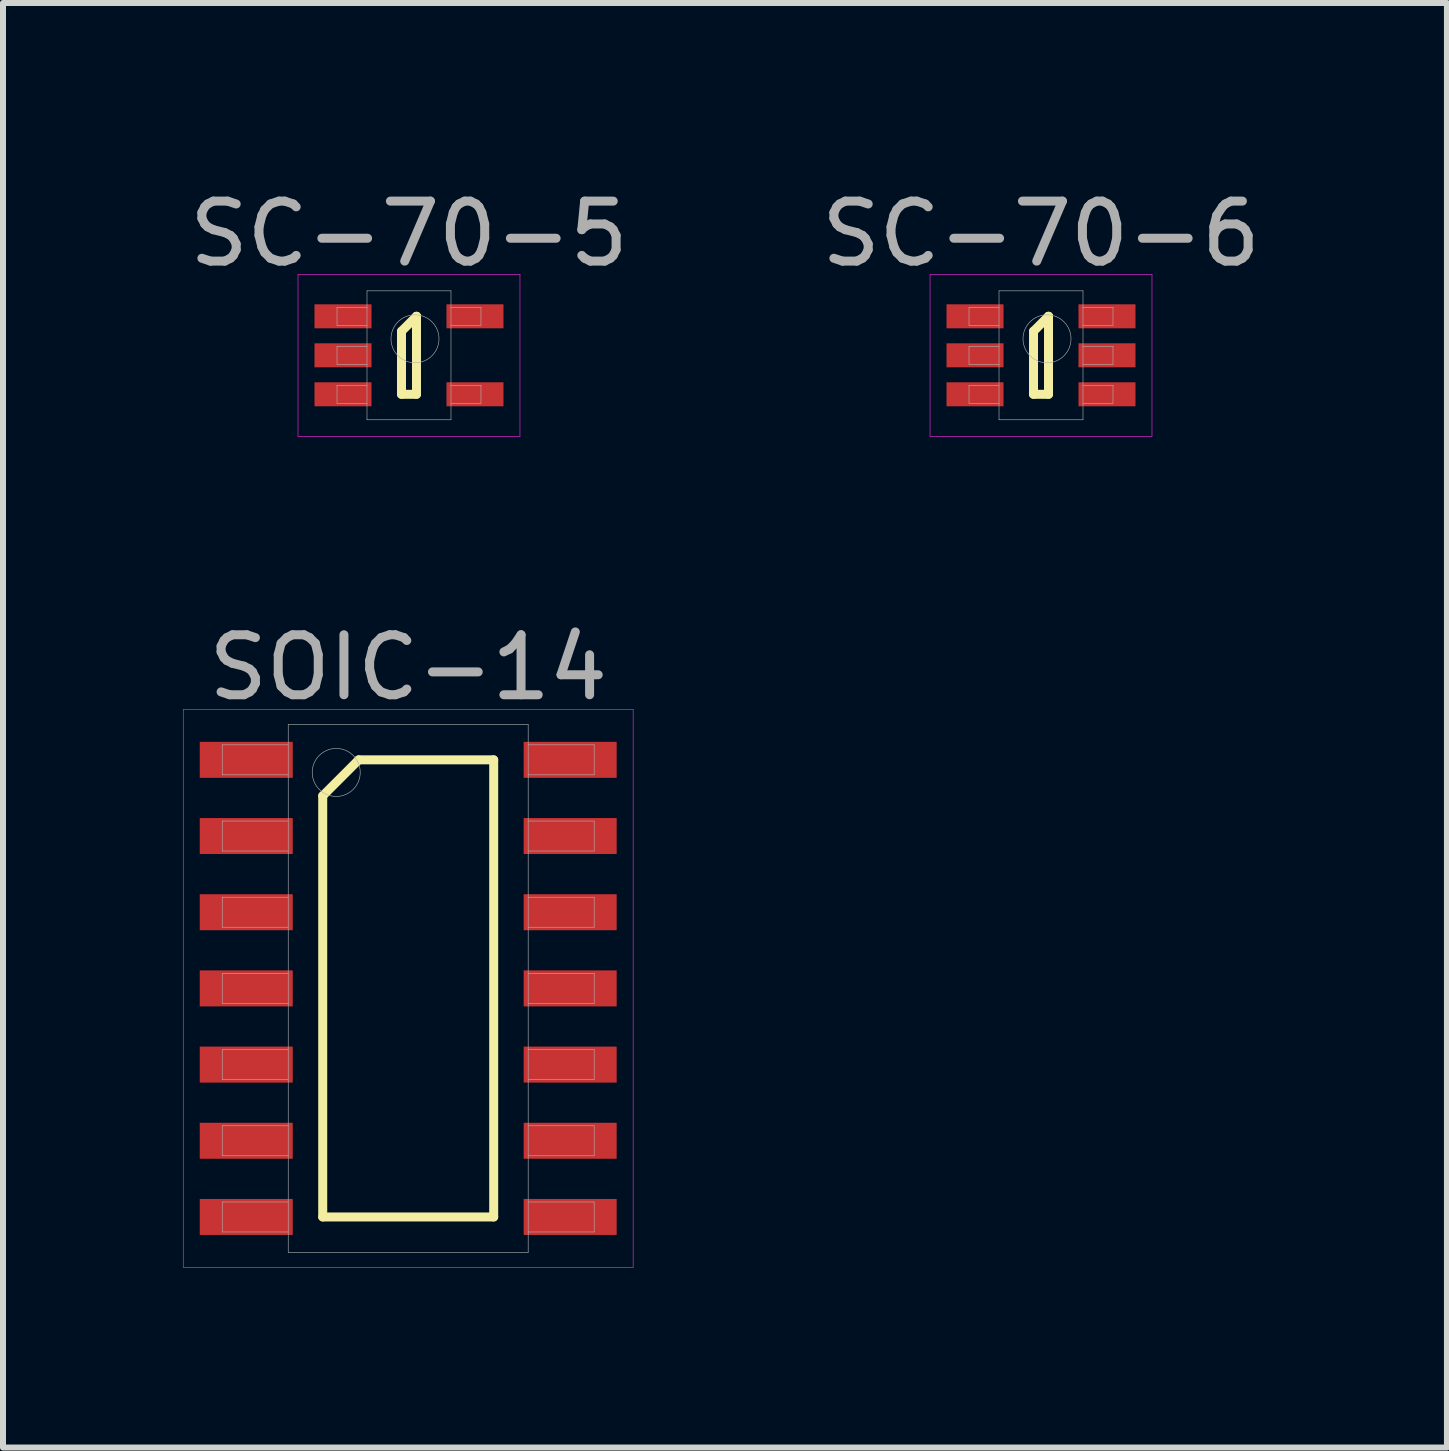
<source format=kicad_pcb>
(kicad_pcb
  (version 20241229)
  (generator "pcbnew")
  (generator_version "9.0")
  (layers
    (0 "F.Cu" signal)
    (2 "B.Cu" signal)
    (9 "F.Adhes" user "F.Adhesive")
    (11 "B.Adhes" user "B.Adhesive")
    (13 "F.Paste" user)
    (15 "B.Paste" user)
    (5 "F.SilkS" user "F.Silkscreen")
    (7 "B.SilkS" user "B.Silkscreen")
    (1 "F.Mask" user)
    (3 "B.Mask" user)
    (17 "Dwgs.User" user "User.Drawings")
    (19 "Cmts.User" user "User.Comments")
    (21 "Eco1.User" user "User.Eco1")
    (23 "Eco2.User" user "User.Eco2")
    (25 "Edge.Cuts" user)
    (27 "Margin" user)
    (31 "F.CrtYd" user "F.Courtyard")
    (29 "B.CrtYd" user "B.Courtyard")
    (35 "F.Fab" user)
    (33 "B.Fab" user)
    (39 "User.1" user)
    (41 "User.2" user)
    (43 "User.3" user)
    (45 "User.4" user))
  (footprint "SC-70-6"
    (layer "F.Cu")
    (at 14.304 2.873)
    (property "Reference" "SC-70-6" (at 0 -2.025 0) (layer "F.Fab") (effects (font (size 1 1) (thickness 0.15))))
    (attr through_hole)
    (fp_line (start -0.125 -0.4) (end 0.125 -0.65) (stroke (width 0.15) (type solid)) (layer "F.SilkS"))
    (fp_line (start -0.125 0.65) (end -0.125 -0.4) (stroke (width 0.15) (type solid)) (layer "F.SilkS"))
    (fp_line (start 0.125 -0.65) (end 0.125 -0.65) (stroke (width 0.15) (type solid)) (layer "F.SilkS"))
    (fp_line (start 0.125 -0.65) (end 0.125 0.65) (stroke (width 0.15) (type solid)) (layer "F.SilkS"))
    (fp_line (start 0.125 0.65) (end -0.125 0.65) (stroke (width 0.15) (type solid)) (layer "F.SilkS"))
    (fp_line (start -1.85 -1.35) (end 1.85 -1.35) (stroke (width 0.01) (type solid)) (layer "F.CrtYd"))
    (fp_line (start -1.85 1.35) (end -1.85 -1.35) (stroke (width 0.01) (type solid)) (layer "F.CrtYd"))
    (fp_line (start 1.85 -1.35) (end 1.85 1.35) (stroke (width 0.01) (type solid)) (layer "F.CrtYd"))
    (fp_line (start 1.85 1.35) (end -1.85 1.35) (stroke (width 0.01) (type solid)) (layer "F.CrtYd"))
    (fp_line (start -1.2 -0.8) (end -0.7 -0.8) (stroke (width 0.01) (type solid)) (layer "F.Fab"))
    (fp_line (start -1.2 -0.5) (end -1.2 -0.8) (stroke (width 0.01) (type solid)) (layer "F.Fab"))
    (fp_line (start -1.2 -0.15) (end -0.7 -0.15) (stroke (width 0.01) (type solid)) (layer "F.Fab"))
    (fp_line (start -1.2 0.15) (end -1.2 -0.15) (stroke (width 0.01) (type solid)) (layer "F.Fab"))
    (fp_line (start -1.2 0.5) (end -0.7 0.5) (stroke (width 0.01) (type solid)) (layer "F.Fab"))
    (fp_line (start -1.2 0.8) (end -1.2 0.5) (stroke (width 0.01) (type solid)) (layer "F.Fab"))
    (fp_line (start -0.7 -1.075) (end 0.7 -1.075) (stroke (width 0.01) (type solid)) (layer "F.Fab"))
    (fp_line (start -0.7 -0.5) (end -1.2 -0.5) (stroke (width 0.01) (type solid)) (layer "F.Fab"))
    (fp_line (start -0.7 0.15) (end -1.2 0.15) (stroke (width 0.01) (type solid)) (layer "F.Fab"))
    (fp_line (start -0.7 0.8) (end -1.2 0.8) (stroke (width 0.01) (type solid)) (layer "F.Fab"))
    (fp_line (start -0.7 1.075) (end -0.7 -1.075) (stroke (width 0.01) (type solid)) (layer "F.Fab"))
    (fp_line (start 0.7 -1.075) (end 0.7 1.075) (stroke (width 0.01) (type solid)) (layer "F.Fab"))
    (fp_line (start 0.7 -0.8) (end 1.2 -0.8) (stroke (width 0.01) (type solid)) (layer "F.Fab"))
    (fp_line (start 0.7 -0.15) (end 1.2 -0.15) (stroke (width 0.01) (type solid)) (layer "F.Fab"))
    (fp_line (start 0.7 0.5) (end 1.2 0.5) (stroke (width 0.01) (type solid)) (layer "F.Fab"))
    (fp_line (start 0.7 1.075) (end -0.7 1.075) (stroke (width 0.01) (type solid)) (layer "F.Fab"))
    (fp_line (start 1.2 -0.8) (end 1.2 -0.5) (stroke (width 0.01) (type solid)) (layer "F.Fab"))
    (fp_line (start 1.2 -0.5) (end 0.7 -0.5) (stroke (width 0.01) (type solid)) (layer "F.Fab"))
    (fp_line (start 1.2 -0.15) (end 1.2 0.15) (stroke (width 0.01) (type solid)) (layer "F.Fab"))
    (fp_line (start 1.2 0.15) (end 0.7 0.15) (stroke (width 0.01) (type solid)) (layer "F.Fab"))
    (fp_line (start 1.2 0.5) (end 1.2 0.8) (stroke (width 0.01) (type solid)) (layer "F.Fab"))
    (fp_line (start 1.2 0.8) (end 0.7 0.8) (stroke (width 0.01) (type solid)) (layer "F.Fab"))
    (fp_circle (center 0.1 -0.275) (end 0.1 0.125) (stroke (width 0.01) (type solid)) (fill no) (layer "F.Fab"))
    (pad "1" smd rect (at -1.1 -0.65) (size 0.95 0.4) (layers "F.Cu" "F.Mask" "F.Paste"))
    (pad "2" smd rect (at -1.1 0) (size 0.95 0.4) (layers "F.Cu" "F.Mask" "F.Paste"))
    (pad "3" smd rect (at -1.1 0.65) (size 0.95 0.4) (layers "F.Cu" "F.Mask" "F.Paste"))
    (pad "4" smd rect (at 1.1 0.65) (size 0.95 0.4) (layers "F.Cu" "F.Mask" "F.Paste"))
    (pad "5" smd rect (at 1.1 0) (size 0.95 0.4) (layers "F.Cu" "F.Mask" "F.Paste"))
    (pad "6" smd rect (at 1.1 -0.65) (size 0.95 0.4) (layers "F.Cu" "F.Mask" "F.Paste")))
  (footprint "SOIC-14"
    (layer "F.Cu")
    (at 3.755 13.427)
    (property "Reference" "SOIC-14" (at 0 -5.35 0) (layer "F.Fab") (effects (font (size 1 1) (thickness 0.15))))
    (attr through_hole)
    (fp_line (start -1.425 -3.21) (end -0.825 -3.81) (stroke (width 0.15) (type solid)) (layer "F.SilkS"))
    (fp_line (start -1.425 3.81) (end -1.425 -3.21) (stroke (width 0.15) (type solid)) (layer "F.SilkS"))
    (fp_line (start -0.825 -3.81) (end 1.425 -3.81) (stroke (width 0.15) (type solid)) (layer "F.SilkS"))
    (fp_line (start 1.425 -3.81) (end 1.425 3.81) (stroke (width 0.15) (type solid)) (layer "F.SilkS"))
    (fp_line (start 1.425 3.81) (end -1.425 3.81) (stroke (width 0.15) (type solid)) (layer "F.SilkS"))
    (fp_line (start -3.75 -4.65) (end 3.75 -4.65) (stroke (width 0.01) (type solid)) (layer "F.CrtYd"))
    (fp_line (start -3.75 4.65) (end -3.75 -4.65) (stroke (width 0.01) (type solid)) (layer "F.CrtYd"))
    (fp_line (start 3.75 -4.65) (end 3.75 4.65) (stroke (width 0.01) (type solid)) (layer "F.CrtYd"))
    (fp_line (start 3.75 4.65) (end -3.75 4.65) (stroke (width 0.01) (type solid)) (layer "F.CrtYd"))
    (fp_line (start -3.1 -4.06) (end -2 -4.06) (stroke (width 0.01) (type solid)) (layer "F.Fab"))
    (fp_line (start -3.1 -3.56) (end -3.1 -4.06) (stroke (width 0.01) (type solid)) (layer "F.Fab"))
    (fp_line (start -3.1 -2.79) (end -2 -2.79) (stroke (width 0.01) (type solid)) (layer "F.Fab"))
    (fp_line (start -3.1 -2.29) (end -3.1 -2.79) (stroke (width 0.01) (type solid)) (layer "F.Fab"))
    (fp_line (start -3.1 -1.52) (end -2 -1.52) (stroke (width 0.01) (type solid)) (layer "F.Fab"))
    (fp_line (start -3.1 -1.02) (end -3.1 -1.52) (stroke (width 0.01) (type solid)) (layer "F.Fab"))
    (fp_line (start -3.1 -0.25) (end -2 -0.25) (stroke (width 0.01) (type solid)) (layer "F.Fab"))
    (fp_line (start -3.1 0.25) (end -3.1 -0.25) (stroke (width 0.01) (type solid)) (layer "F.Fab"))
    (fp_line (start -3.1 1.02) (end -2 1.02) (stroke (width 0.01) (type solid)) (layer "F.Fab"))
    (fp_line (start -3.1 1.52) (end -3.1 1.02) (stroke (width 0.01) (type solid)) (layer "F.Fab"))
    (fp_line (start -3.1 2.29) (end -2 2.29) (stroke (width 0.01) (type solid)) (layer "F.Fab"))
    (fp_line (start -3.1 2.79) (end -3.1 2.29) (stroke (width 0.01) (type solid)) (layer "F.Fab"))
    (fp_line (start -3.1 3.56) (end -2 3.56) (stroke (width 0.01) (type solid)) (layer "F.Fab"))
    (fp_line (start -3.1 4.06) (end -3.1 3.56) (stroke (width 0.01) (type solid)) (layer "F.Fab"))
    (fp_line (start -2 -4.4) (end 2 -4.4) (stroke (width 0.01) (type solid)) (layer "F.Fab"))
    (fp_line (start -2 -3.56) (end -3.1 -3.56) (stroke (width 0.01) (type solid)) (layer "F.Fab"))
    (fp_line (start -2 -2.29) (end -3.1 -2.29) (stroke (width 0.01) (type solid)) (layer "F.Fab"))
    (fp_line (start -2 -1.02) (end -3.1 -1.02) (stroke (width 0.01) (type solid)) (layer "F.Fab"))
    (fp_line (start -2 0.25) (end -3.1 0.25) (stroke (width 0.01) (type solid)) (layer "F.Fab"))
    (fp_line (start -2 1.52) (end -3.1 1.52) (stroke (width 0.01) (type solid)) (layer "F.Fab"))
    (fp_line (start -2 2.79) (end -3.1 2.79) (stroke (width 0.01) (type solid)) (layer "F.Fab"))
    (fp_line (start -2 4.06) (end -3.1 4.06) (stroke (width 0.01) (type solid)) (layer "F.Fab"))
    (fp_line (start -2 4.4) (end -2 -4.4) (stroke (width 0.01) (type solid)) (layer "F.Fab"))
    (fp_line (start 2 -4.4) (end 2 4.4) (stroke (width 0.01) (type solid)) (layer "F.Fab"))
    (fp_line (start 2 -4.06) (end 3.1 -4.06) (stroke (width 0.01) (type solid)) (layer "F.Fab"))
    (fp_line (start 2 -2.79) (end 3.1 -2.79) (stroke (width 0.01) (type solid)) (layer "F.Fab"))
    (fp_line (start 2 -1.52) (end 3.1 -1.52) (stroke (width 0.01) (type solid)) (layer "F.Fab"))
    (fp_line (start 2 -0.25) (end 3.1 -0.25) (stroke (width 0.01) (type solid)) (layer "F.Fab"))
    (fp_line (start 2 1.02) (end 3.1 1.02) (stroke (width 0.01) (type solid)) (layer "F.Fab"))
    (fp_line (start 2 2.29) (end 3.1 2.29) (stroke (width 0.01) (type solid)) (layer "F.Fab"))
    (fp_line (start 2 3.56) (end 3.1 3.56) (stroke (width 0.01) (type solid)) (layer "F.Fab"))
    (fp_line (start 2 4.4) (end -2 4.4) (stroke (width 0.01) (type solid)) (layer "F.Fab"))
    (fp_line (start 3.1 -4.06) (end 3.1 -3.56) (stroke (width 0.01) (type solid)) (layer "F.Fab"))
    (fp_line (start 3.1 -3.56) (end 2 -3.56) (stroke (width 0.01) (type solid)) (layer "F.Fab"))
    (fp_line (start 3.1 -2.79) (end 3.1 -2.29) (stroke (width 0.01) (type solid)) (layer "F.Fab"))
    (fp_line (start 3.1 -2.29) (end 2 -2.29) (stroke (width 0.01) (type solid)) (layer "F.Fab"))
    (fp_line (start 3.1 -1.52) (end 3.1 -1.02) (stroke (width 0.01) (type solid)) (layer "F.Fab"))
    (fp_line (start 3.1 -1.02) (end 2 -1.02) (stroke (width 0.01) (type solid)) (layer "F.Fab"))
    (fp_line (start 3.1 -0.25) (end 3.1 0.25) (stroke (width 0.01) (type solid)) (layer "F.Fab"))
    (fp_line (start 3.1 0.25) (end 2 0.25) (stroke (width 0.01) (type solid)) (layer "F.Fab"))
    (fp_line (start 3.1 1.02) (end 3.1 1.52) (stroke (width 0.01) (type solid)) (layer "F.Fab"))
    (fp_line (start 3.1 1.52) (end 2 1.52) (stroke (width 0.01) (type solid)) (layer "F.Fab"))
    (fp_line (start 3.1 2.29) (end 3.1 2.79) (stroke (width 0.01) (type solid)) (layer "F.Fab"))
    (fp_line (start 3.1 2.79) (end 2 2.79) (stroke (width 0.01) (type solid)) (layer "F.Fab"))
    (fp_line (start 3.1 3.56) (end 3.1 4.06) (stroke (width 0.01) (type solid)) (layer "F.Fab"))
    (fp_line (start 3.1 4.06) (end 2 4.06) (stroke (width 0.01) (type solid)) (layer "F.Fab"))
    (fp_circle (center -1.2 -3.6) (end -1.2 -3.2) (stroke (width 0.01) (type solid)) (fill no) (layer "F.Fab"))
    (pad "1" smd rect (at -2.7 -3.81) (size 1.55 0.6) (layers "F.Cu" "F.Mask" "F.Paste"))
    (pad "2" smd rect (at -2.7 -2.54) (size 1.55 0.6) (layers "F.Cu" "F.Mask" "F.Paste"))
    (pad "3" smd rect (at -2.7 -1.27) (size 1.55 0.6) (layers "F.Cu" "F.Mask" "F.Paste"))
    (pad "4" smd rect (at -2.7 0) (size 1.55 0.6) (layers "F.Cu" "F.Mask" "F.Paste"))
    (pad "5" smd rect (at -2.7 1.27) (size 1.55 0.6) (layers "F.Cu" "F.Mask" "F.Paste"))
    (pad "6" smd rect (at -2.7 2.54) (size 1.55 0.6) (layers "F.Cu" "F.Mask" "F.Paste"))
    (pad "7" smd rect (at -2.7 3.81) (size 1.55 0.6) (layers "F.Cu" "F.Mask" "F.Paste"))
    (pad "8" smd rect (at 2.7 3.81) (size 1.55 0.6) (layers "F.Cu" "F.Mask" "F.Paste"))
    (pad "9" smd rect (at 2.7 2.54) (size 1.55 0.6) (layers "F.Cu" "F.Mask" "F.Paste"))
    (pad "10" smd rect (at 2.7 1.27) (size 1.55 0.6) (layers "F.Cu" "F.Mask" "F.Paste"))
    (pad "11" smd rect (at 2.7 0) (size 1.55 0.6) (layers "F.Cu" "F.Mask" "F.Paste"))
    (pad "12" smd rect (at 2.7 -1.27) (size 1.55 0.6) (layers "F.Cu" "F.Mask" "F.Paste"))
    (pad "13" smd rect (at 2.7 -2.54) (size 1.55 0.6) (layers "F.Cu" "F.Mask" "F.Paste"))
    (pad "14" smd rect (at 2.7 -3.81) (size 1.55 0.6) (layers "F.Cu" "F.Mask" "F.Paste")))
  (footprint "SC-70-5"
    (layer "F.Cu")
    (at 3.768 2.873)
    (property "Reference" "SC-70-5" (at 0 -2.025 0) (layer "F.Fab") (effects (font (size 1 1) (thickness 0.15))))
    (attr through_hole)
    (fp_line (start -0.125 -0.4) (end 0.125 -0.65) (stroke (width 0.15) (type solid)) (layer "F.SilkS"))
    (fp_line (start -0.125 0.65) (end -0.125 -0.4) (stroke (width 0.15) (type solid)) (layer "F.SilkS"))
    (fp_line (start 0.125 -0.65) (end 0.125 -0.65) (stroke (width 0.15) (type solid)) (layer "F.SilkS"))
    (fp_line (start 0.125 -0.65) (end 0.125 0.65) (stroke (width 0.15) (type solid)) (layer "F.SilkS"))
    (fp_line (start 0.125 0.65) (end -0.125 0.65) (stroke (width 0.15) (type solid)) (layer "F.SilkS"))
    (fp_line (start -1.85 -1.35) (end 1.85 -1.35) (stroke (width 0.01) (type solid)) (layer "F.CrtYd"))
    (fp_line (start -1.85 1.35) (end -1.85 -1.35) (stroke (width 0.01) (type solid)) (layer "F.CrtYd"))
    (fp_line (start 1.85 -1.35) (end 1.85 1.35) (stroke (width 0.01) (type solid)) (layer "F.CrtYd"))
    (fp_line (start 1.85 1.35) (end -1.85 1.35) (stroke (width 0.01) (type solid)) (layer "F.CrtYd"))
    (fp_line (start -1.2 -0.8) (end -0.7 -0.8) (stroke (width 0.01) (type solid)) (layer "F.Fab"))
    (fp_line (start -1.2 -0.5) (end -1.2 -0.8) (stroke (width 0.01) (type solid)) (layer "F.Fab"))
    (fp_line (start -1.2 -0.15) (end -0.7 -0.15) (stroke (width 0.01) (type solid)) (layer "F.Fab"))
    (fp_line (start -1.2 0.15) (end -1.2 -0.15) (stroke (width 0.01) (type solid)) (layer "F.Fab"))
    (fp_line (start -1.2 0.5) (end -0.7 0.5) (stroke (width 0.01) (type solid)) (layer "F.Fab"))
    (fp_line (start -1.2 0.8) (end -1.2 0.5) (stroke (width 0.01) (type solid)) (layer "F.Fab"))
    (fp_line (start -0.7 -1.075) (end 0.7 -1.075) (stroke (width 0.01) (type solid)) (layer "F.Fab"))
    (fp_line (start -0.7 -0.5) (end -1.2 -0.5) (stroke (width 0.01) (type solid)) (layer "F.Fab"))
    (fp_line (start -0.7 0.15) (end -1.2 0.15) (stroke (width 0.01) (type solid)) (layer "F.Fab"))
    (fp_line (start -0.7 0.8) (end -1.2 0.8) (stroke (width 0.01) (type solid)) (layer "F.Fab"))
    (fp_line (start -0.7 1.075) (end -0.7 -1.075) (stroke (width 0.01) (type solid)) (layer "F.Fab"))
    (fp_line (start 0.7 -1.075) (end 0.7 1.075) (stroke (width 0.01) (type solid)) (layer "F.Fab"))
    (fp_line (start 0.7 -0.8) (end 1.2 -0.8) (stroke (width 0.01) (type solid)) (layer "F.Fab"))
    (fp_line (start 0.7 0.5) (end 1.2 0.5) (stroke (width 0.01) (type solid)) (layer "F.Fab"))
    (fp_line (start 0.7 1.075) (end -0.7 1.075) (stroke (width 0.01) (type solid)) (layer "F.Fab"))
    (fp_line (start 1.2 -0.8) (end 1.2 -0.5) (stroke (width 0.01) (type solid)) (layer "F.Fab"))
    (fp_line (start 1.2 -0.5) (end 0.7 -0.5) (stroke (width 0.01) (type solid)) (layer "F.Fab"))
    (fp_line (start 1.2 0.5) (end 1.2 0.8) (stroke (width 0.01) (type solid)) (layer "F.Fab"))
    (fp_line (start 1.2 0.8) (end 0.7 0.8) (stroke (width 0.01) (type solid)) (layer "F.Fab"))
    (fp_circle (center 0.1 -0.275) (end 0.1 0.125) (stroke (width 0.01) (type solid)) (fill no) (layer "F.Fab"))
    (pad "1" smd rect (at -1.1 -0.65) (size 0.95 0.4) (layers "F.Cu" "F.Mask" "F.Paste"))
    (pad "2" smd rect (at -1.1 0) (size 0.95 0.4) (layers "F.Cu" "F.Mask" "F.Paste"))
    (pad "3" smd rect (at -1.1 0.65) (size 0.95 0.4) (layers "F.Cu" "F.Mask" "F.Paste"))
    (pad "4" smd rect (at 1.1 0.65) (size 0.95 0.4) (layers "F.Cu" "F.Mask" "F.Paste"))
    (pad "5" smd rect (at 1.1 -0.65) (size 0.95 0.4) (layers "F.Cu" "F.Mask" "F.Paste")))
  (gr_rect
    (start -3 -3)
    (end 21.071 21.081)
    (stroke (width 0.1) (type default))
    (fill no)
    (layer "Edge.Cuts")))
</source>
